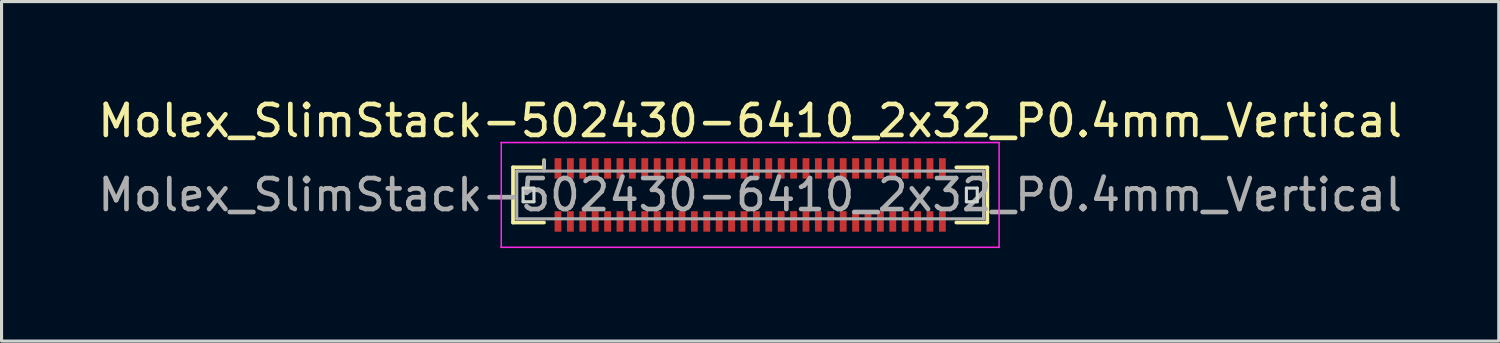
<source format=kicad_pcb>
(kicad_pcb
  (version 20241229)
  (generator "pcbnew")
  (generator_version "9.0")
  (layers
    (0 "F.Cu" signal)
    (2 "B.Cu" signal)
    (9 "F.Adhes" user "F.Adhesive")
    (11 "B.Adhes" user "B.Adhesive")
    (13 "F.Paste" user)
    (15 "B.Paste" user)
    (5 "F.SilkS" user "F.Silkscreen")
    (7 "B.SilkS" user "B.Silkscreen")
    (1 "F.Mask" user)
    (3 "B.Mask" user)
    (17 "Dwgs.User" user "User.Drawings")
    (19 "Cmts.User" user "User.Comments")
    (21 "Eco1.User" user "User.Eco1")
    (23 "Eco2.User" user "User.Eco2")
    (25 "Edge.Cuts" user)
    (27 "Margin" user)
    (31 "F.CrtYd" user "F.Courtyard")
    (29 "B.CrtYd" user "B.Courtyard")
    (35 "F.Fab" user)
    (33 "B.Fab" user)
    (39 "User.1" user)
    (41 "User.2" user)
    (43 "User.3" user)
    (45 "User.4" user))
  (footprint "Molex_SlimStack-502430-6410_2x32_P0.4mm_Vertical"
    (layer "F.Cu")
    (at 21.149 3.238)
    (property "Reference" "Molex_SlimStack-502430-6410_2x32_P0.4mm_Vertical" (at 0 -2.39 0) (layer "F.SilkS") (effects (font (size 1 1) (thickness 0.15))))
    (attr smd)
    (fp_line (start -7.65 -0.89) (end -6.65 -0.89) (stroke (width 0.12) (type solid)) (layer "F.SilkS"))
    (fp_line (start -7.65 0.89) (end -7.65 -0.89) (stroke (width 0.12) (type solid)) (layer "F.SilkS"))
    (fp_line (start -6.65 -0.89) (end -6.65 -1.12) (stroke (width 0.12) (type solid)) (layer "F.SilkS"))
    (fp_line (start -6.65 0.89) (end -7.65 0.89) (stroke (width 0.12) (type solid)) (layer "F.SilkS"))
    (fp_line (start 6.65 0.89) (end 7.65 0.89) (stroke (width 0.12) (type solid)) (layer "F.SilkS"))
    (fp_line (start 7.65 -0.89) (end 6.65 -0.89) (stroke (width 0.12) (type solid)) (layer "F.SilkS"))
    (fp_line (start 7.65 0.89) (end 7.65 -0.89) (stroke (width 0.12) (type solid)) (layer "F.SilkS"))
    (fp_line (start -7.325 -0.22) (end -7.325 0.22) (stroke (width 0.1) (type solid)) (layer "Edge.Cuts"))
    (fp_line (start -7.325 0.22) (end -6.975 0.22) (stroke (width 0.1) (type solid)) (layer "Edge.Cuts"))
    (fp_line (start -6.975 -0.22) (end -7.325 -0.22) (stroke (width 0.1) (type solid)) (layer "Edge.Cuts"))
    (fp_line (start -6.975 0.22) (end -6.975 -0.22) (stroke (width 0.1) (type solid)) (layer "Edge.Cuts"))
    (fp_line (start 6.975 -0.22) (end 6.975 0.22) (stroke (width 0.1) (type solid)) (layer "Edge.Cuts"))
    (fp_line (start 6.975 0.22) (end 7.325 0.22) (stroke (width 0.1) (type solid)) (layer "Edge.Cuts"))
    (fp_line (start 7.325 -0.22) (end 6.975 -0.22) (stroke (width 0.1) (type solid)) (layer "Edge.Cuts"))
    (fp_line (start 7.325 0.22) (end 7.325 -0.22) (stroke (width 0.1) (type solid)) (layer "Edge.Cuts"))
    (fp_line (start -8.03 -1.69) (end -8.03 1.69) (stroke (width 0.05) (type solid)) (layer "F.CrtYd"))
    (fp_line (start -8.03 1.69) (end 8.03 1.69) (stroke (width 0.05) (type solid)) (layer "F.CrtYd"))
    (fp_line (start 8.03 -1.69) (end -8.03 -1.69) (stroke (width 0.05) (type solid)) (layer "F.CrtYd"))
    (fp_line (start 8.03 1.69) (end 8.03 -1.69) (stroke (width 0.05) (type solid)) (layer "F.CrtYd"))
    (fp_line (start -7.53 -0.77) (end -7.53 0.77) (stroke (width 0.1) (type solid)) (layer "F.Fab"))
    (fp_line (start -7.53 0.77) (end 7.53 0.77) (stroke (width 0.1) (type solid)) (layer "F.Fab"))
    (fp_line (start -6.65 -0.77) (end -6.65 -1.12) (stroke (width 0.1) (type solid)) (layer "F.Fab"))
    (fp_line (start 7.53 -0.77) (end -7.53 -0.77) (stroke (width 0.1) (type solid)) (layer "F.Fab"))
    (fp_line (start 7.53 0.77) (end 7.53 -0.77) (stroke (width 0.1) (type solid)) (layer "F.Fab"))
    (fp_text user "${REFERENCE}" (at 0 0 0) (layer "F.Fab") (effects (font (size 1 1) (thickness 0.15))))
    (pad "1" smd rect (at -6.2 -0.855) (size 0.22 0.66) (layers "F.Cu" "F.Mask" "F.Paste"))
    (pad "2" smd rect (at -6.2 0.855) (size 0.22 0.66) (layers "F.Cu" "F.Mask" "F.Paste"))
    (pad "3" smd rect (at -5.8 -0.855) (size 0.22 0.66) (layers "F.Cu" "F.Mask" "F.Paste"))
    (pad "4" smd rect (at -5.8 0.855) (size 0.22 0.66) (layers "F.Cu" "F.Mask" "F.Paste"))
    (pad "5" smd rect (at -5.4 -0.855) (size 0.22 0.66) (layers "F.Cu" "F.Mask" "F.Paste"))
    (pad "6" smd rect (at -5.4 0.855) (size 0.22 0.66) (layers "F.Cu" "F.Mask" "F.Paste"))
    (pad "7" smd rect (at -5 -0.855) (size 0.22 0.66) (layers "F.Cu" "F.Mask" "F.Paste"))
    (pad "8" smd rect (at -5 0.855) (size 0.22 0.66) (layers "F.Cu" "F.Mask" "F.Paste"))
    (pad "9" smd rect (at -4.6 -0.855) (size 0.22 0.66) (layers "F.Cu" "F.Mask" "F.Paste"))
    (pad "10" smd rect (at -4.6 0.855) (size 0.22 0.66) (layers "F.Cu" "F.Mask" "F.Paste"))
    (pad "11" smd rect (at -4.2 -0.855) (size 0.22 0.66) (layers "F.Cu" "F.Mask" "F.Paste"))
    (pad "12" smd rect (at -4.2 0.855) (size 0.22 0.66) (layers "F.Cu" "F.Mask" "F.Paste"))
    (pad "13" smd rect (at -3.8 -0.855) (size 0.22 0.66) (layers "F.Cu" "F.Mask" "F.Paste"))
    (pad "14" smd rect (at -3.8 0.855) (size 0.22 0.66) (layers "F.Cu" "F.Mask" "F.Paste"))
    (pad "15" smd rect (at -3.4 -0.855) (size 0.22 0.66) (layers "F.Cu" "F.Mask" "F.Paste"))
    (pad "16" smd rect (at -3.4 0.855) (size 0.22 0.66) (layers "F.Cu" "F.Mask" "F.Paste"))
    (pad "17" smd rect (at -3 -0.855) (size 0.22 0.66) (layers "F.Cu" "F.Mask" "F.Paste"))
    (pad "18" smd rect (at -3 0.855) (size 0.22 0.66) (layers "F.Cu" "F.Mask" "F.Paste"))
    (pad "19" smd rect (at -2.6 -0.855) (size 0.22 0.66) (layers "F.Cu" "F.Mask" "F.Paste"))
    (pad "20" smd rect (at -2.6 0.855) (size 0.22 0.66) (layers "F.Cu" "F.Mask" "F.Paste"))
    (pad "21" smd rect (at -2.2 -0.855) (size 0.22 0.66) (layers "F.Cu" "F.Mask" "F.Paste"))
    (pad "22" smd rect (at -2.2 0.855) (size 0.22 0.66) (layers "F.Cu" "F.Mask" "F.Paste"))
    (pad "23" smd rect (at -1.8 -0.855) (size 0.22 0.66) (layers "F.Cu" "F.Mask" "F.Paste"))
    (pad "24" smd rect (at -1.8 0.855) (size 0.22 0.66) (layers "F.Cu" "F.Mask" "F.Paste"))
    (pad "25" smd rect (at -1.4 -0.855) (size 0.22 0.66) (layers "F.Cu" "F.Mask" "F.Paste"))
    (pad "26" smd rect (at -1.4 0.855) (size 0.22 0.66) (layers "F.Cu" "F.Mask" "F.Paste"))
    (pad "27" smd rect (at -1 -0.855) (size 0.22 0.66) (layers "F.Cu" "F.Mask" "F.Paste"))
    (pad "28" smd rect (at -1 0.855) (size 0.22 0.66) (layers "F.Cu" "F.Mask" "F.Paste"))
    (pad "29" smd rect (at -0.6 -0.855) (size 0.22 0.66) (layers "F.Cu" "F.Mask" "F.Paste"))
    (pad "30" smd rect (at -0.6 0.855) (size 0.22 0.66) (layers "F.Cu" "F.Mask" "F.Paste"))
    (pad "31" smd rect (at -0.2 -0.855) (size 0.22 0.66) (layers "F.Cu" "F.Mask" "F.Paste"))
    (pad "32" smd rect (at -0.2 0.855) (size 0.22 0.66) (layers "F.Cu" "F.Mask" "F.Paste"))
    (pad "33" smd rect (at 0.2 -0.855) (size 0.22 0.66) (layers "F.Cu" "F.Mask" "F.Paste"))
    (pad "34" smd rect (at 0.2 0.855) (size 0.22 0.66) (layers "F.Cu" "F.Mask" "F.Paste"))
    (pad "35" smd rect (at 0.6 -0.855) (size 0.22 0.66) (layers "F.Cu" "F.Mask" "F.Paste"))
    (pad "36" smd rect (at 0.6 0.855) (size 0.22 0.66) (layers "F.Cu" "F.Mask" "F.Paste"))
    (pad "37" smd rect (at 1 -0.855) (size 0.22 0.66) (layers "F.Cu" "F.Mask" "F.Paste"))
    (pad "38" smd rect (at 1 0.855) (size 0.22 0.66) (layers "F.Cu" "F.Mask" "F.Paste"))
    (pad "39" smd rect (at 1.4 -0.855) (size 0.22 0.66) (layers "F.Cu" "F.Mask" "F.Paste"))
    (pad "40" smd rect (at 1.4 0.855) (size 0.22 0.66) (layers "F.Cu" "F.Mask" "F.Paste"))
    (pad "41" smd rect (at 1.8 -0.855) (size 0.22 0.66) (layers "F.Cu" "F.Mask" "F.Paste"))
    (pad "42" smd rect (at 1.8 0.855) (size 0.22 0.66) (layers "F.Cu" "F.Mask" "F.Paste"))
    (pad "43" smd rect (at 2.2 -0.855) (size 0.22 0.66) (layers "F.Cu" "F.Mask" "F.Paste"))
    (pad "44" smd rect (at 2.2 0.855) (size 0.22 0.66) (layers "F.Cu" "F.Mask" "F.Paste"))
    (pad "45" smd rect (at 2.6 -0.855) (size 0.22 0.66) (layers "F.Cu" "F.Mask" "F.Paste"))
    (pad "46" smd rect (at 2.6 0.855) (size 0.22 0.66) (layers "F.Cu" "F.Mask" "F.Paste"))
    (pad "47" smd rect (at 3 -0.855) (size 0.22 0.66) (layers "F.Cu" "F.Mask" "F.Paste"))
    (pad "48" smd rect (at 3 0.855) (size 0.22 0.66) (layers "F.Cu" "F.Mask" "F.Paste"))
    (pad "49" smd rect (at 3.4 -0.855) (size 0.22 0.66) (layers "F.Cu" "F.Mask" "F.Paste"))
    (pad "50" smd rect (at 3.4 0.855) (size 0.22 0.66) (layers "F.Cu" "F.Mask" "F.Paste"))
    (pad "51" smd rect (at 3.8 -0.855) (size 0.22 0.66) (layers "F.Cu" "F.Mask" "F.Paste"))
    (pad "52" smd rect (at 3.8 0.855) (size 0.22 0.66) (layers "F.Cu" "F.Mask" "F.Paste"))
    (pad "53" smd rect (at 4.2 -0.855) (size 0.22 0.66) (layers "F.Cu" "F.Mask" "F.Paste"))
    (pad "54" smd rect (at 4.2 0.855) (size 0.22 0.66) (layers "F.Cu" "F.Mask" "F.Paste"))
    (pad "55" smd rect (at 4.6 -0.855) (size 0.22 0.66) (layers "F.Cu" "F.Mask" "F.Paste"))
    (pad "56" smd rect (at 4.6 0.855) (size 0.22 0.66) (layers "F.Cu" "F.Mask" "F.Paste"))
    (pad "57" smd rect (at 5 -0.855) (size 0.22 0.66) (layers "F.Cu" "F.Mask" "F.Paste"))
    (pad "58" smd rect (at 5 0.855) (size 0.22 0.66) (layers "F.Cu" "F.Mask" "F.Paste"))
    (pad "59" smd rect (at 5.4 -0.855) (size 0.22 0.66) (layers "F.Cu" "F.Mask" "F.Paste"))
    (pad "60" smd rect (at 5.4 0.855) (size 0.22 0.66) (layers "F.Cu" "F.Mask" "F.Paste"))
    (pad "61" smd rect (at 5.8 -0.855) (size 0.22 0.66) (layers "F.Cu" "F.Mask" "F.Paste"))
    (pad "62" smd rect (at 5.8 0.855) (size 0.22 0.66) (layers "F.Cu" "F.Mask" "F.Paste"))
    (pad "63" smd rect (at 6.2 -0.855) (size 0.22 0.66) (layers "F.Cu" "F.Mask" "F.Paste"))
    (pad "64" smd rect (at 6.2 0.855) (size 0.22 0.66) (layers "F.Cu" "F.Mask" "F.Paste")))
  (gr_rect
    (start -3 -3)
    (end 45.298 7.953)
    (stroke (width 0.1) (type default))
    (fill no)
    (layer "Edge.Cuts")))
</source>
